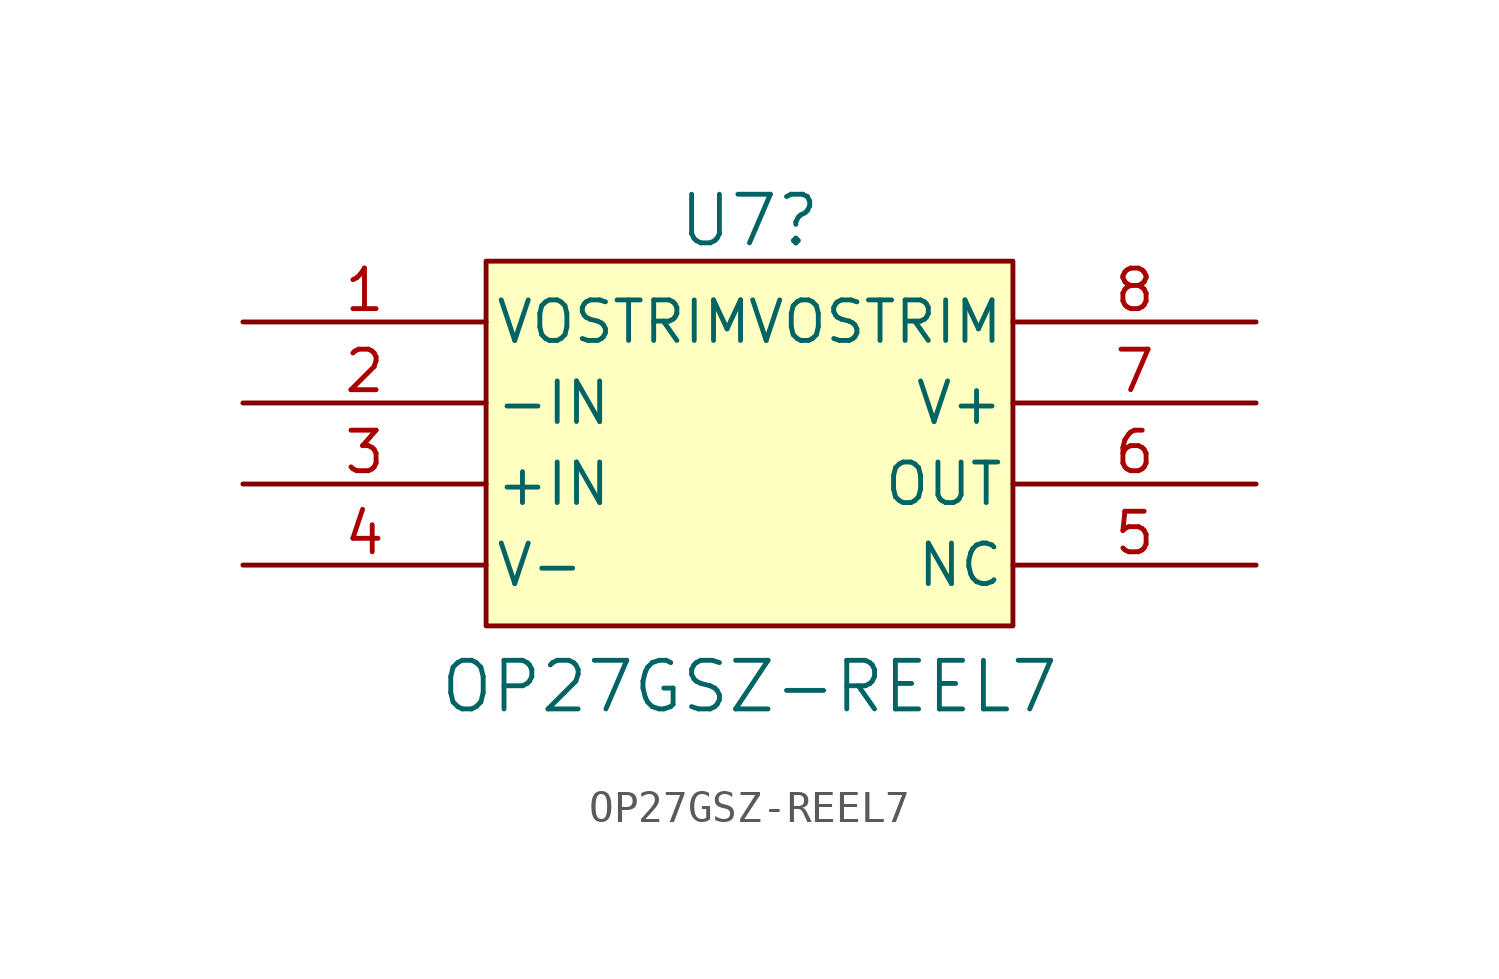
<source format=kicad_sym>
(kicad_symbol_lib
  (version 20220914)
  (generator kicad_symbol_editor)
  (symbol "OP27GSZ-REEL7"
    (pin_names
      (offset 0.254))
    (property "Reference" "U7"
      (at 0 6.985 0)
      (effects (font (size 1.524 1.524))))
    (property "Value" "OP27GSZ-REEL7"
      (at 0 -7.62 0)
      (effects (font (size 1.524 1.524))))
    (property "ki_locked" ""
      (at 0 0 0)
      (effects (font (size 1.27 1.27))))
    (symbol "OP27GSZ-REEL7_0_1"
      (pin unspecified line (at -15.875 3.81 0) (length 7.62) (name "VOSTRIM" (effects (font (size 1.27 1.27)))) (number "1" (effects (font (size 1.27 1.27)))))
      (pin unspecified line (at -15.875 1.27 0) (length 7.62) (name "-IN" (effects (font (size 1.27 1.27)))) (number "2" (effects (font (size 1.27 1.27)))))
      (pin unspecified line (at -15.875 -1.27 0) (length 7.62) (name "+IN" (effects (font (size 1.27 1.27)))) (number "3" (effects (font (size 1.27 1.27)))))
      (pin power_in line (at -15.875 -3.81 0) (length 7.62) (name "V-" (effects (font (size 1.27 1.27)))) (number "4" (effects (font (size 1.27 1.27)))))
      (pin unspecified line (at 15.875 -3.81 180) (length 7.62) (name "NC" (effects (font (size 1.27 1.27)))) (number "5" (effects (font (size 1.27 1.27)))))
      (pin unspecified line (at 15.875 -1.27 180) (length 7.62) (name "OUT" (effects (font (size 1.27 1.27)))) (number "6" (effects (font (size 1.27 1.27)))))
      (pin power_in line (at 15.875 1.27 180) (length 7.62) (name "V+" (effects (font (size 1.27 1.27)))) (number "7" (effects (font (size 1.27 1.27)))))
      (pin unspecified line (at 15.875 3.81 180) (length 7.62) (name "VOSTRIM" (effects (font (size 1.27 1.27)))) (number "8" (effects (font (size 1.27 1.27))))))
    (symbol "OP27GSZ-REEL7_1_1"
      (rectangle (start -8.255 5.715) (end 8.255 -5.715) (stroke (width 0) (type default)) (fill (type background))))))
</source>
